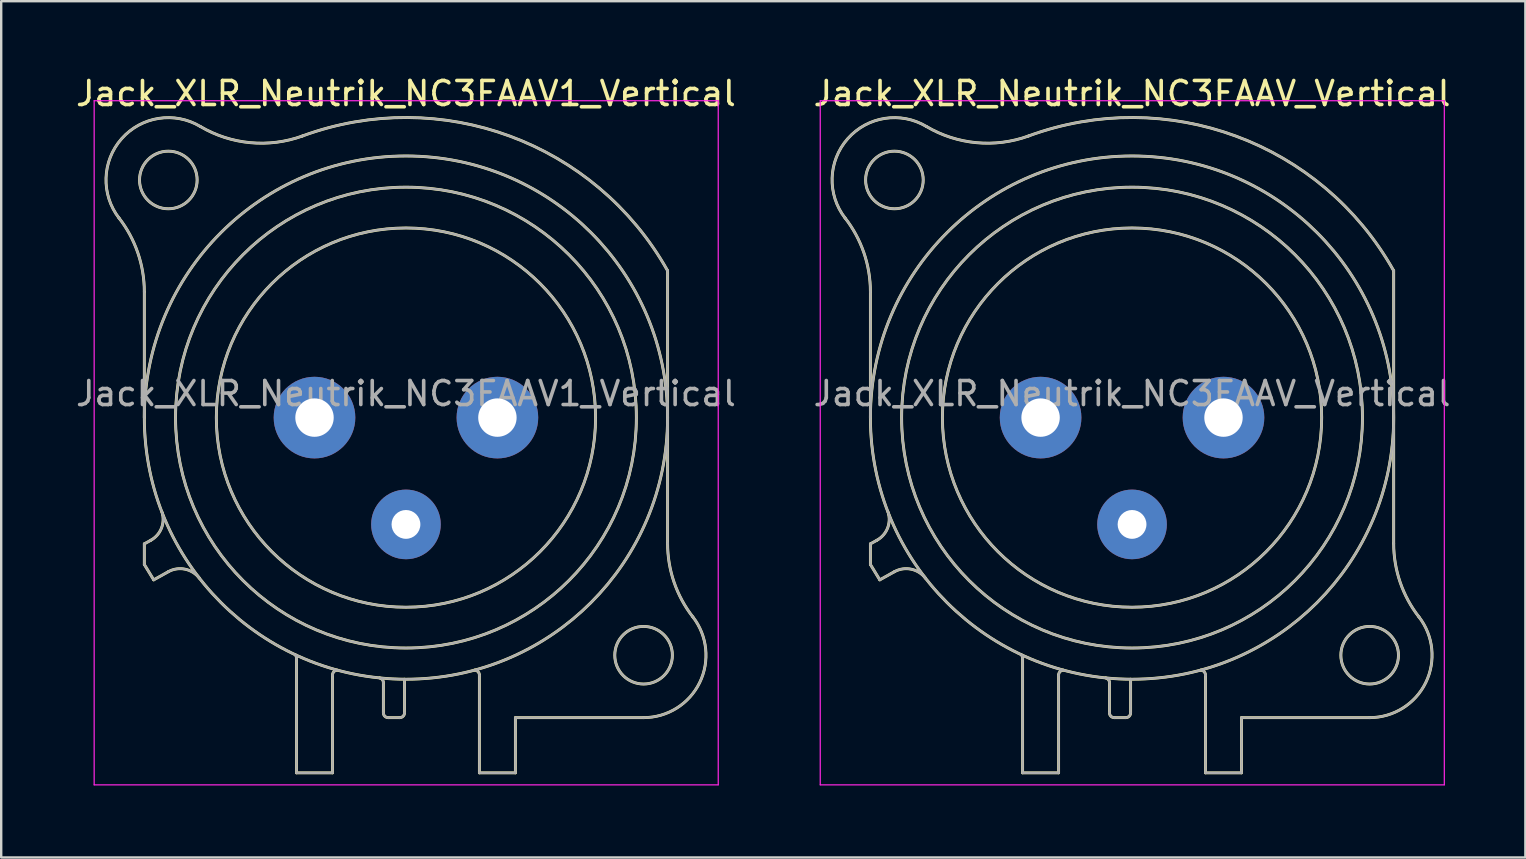
<source format=kicad_pcb>
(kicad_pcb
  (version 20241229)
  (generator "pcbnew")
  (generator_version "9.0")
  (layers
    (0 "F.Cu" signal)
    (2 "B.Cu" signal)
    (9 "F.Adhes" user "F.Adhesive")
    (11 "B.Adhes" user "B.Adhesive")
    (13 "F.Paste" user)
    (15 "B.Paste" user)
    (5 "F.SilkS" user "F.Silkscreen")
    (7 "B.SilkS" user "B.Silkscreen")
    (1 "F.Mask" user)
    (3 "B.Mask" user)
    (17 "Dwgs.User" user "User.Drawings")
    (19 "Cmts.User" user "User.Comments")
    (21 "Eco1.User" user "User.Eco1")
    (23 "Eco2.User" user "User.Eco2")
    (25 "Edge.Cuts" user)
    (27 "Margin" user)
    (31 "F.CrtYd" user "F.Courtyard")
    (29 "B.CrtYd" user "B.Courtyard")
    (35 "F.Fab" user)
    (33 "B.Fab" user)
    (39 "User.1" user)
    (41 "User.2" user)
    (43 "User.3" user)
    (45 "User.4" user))
  (footprint "Jack_XLR_Neutrik_NC3FAAV_Vertical"
    (layer "F.Cu")
    (at 47.923 14.348)
    (property "Reference" "Jack_XLR_Neutrik_NC3FAAV_Vertical" (at -3.81 -13.5 0) (layer "F.SilkS") (effects (font (size 1 1) (thickness 0.15))))
    (attr through_hole)
    (fp_line (start -14.71 0) (end -14.71 -5.24) (stroke (width 0.12) (type solid)) (layer "F.SilkS"))
    (fp_line (start -14.71 5.26) (end -14.44 5.11) (stroke (width 0.12) (type solid)) (layer "F.SilkS"))
    (fp_line (start -14.71 6.12) (end -14.71 5.26) (stroke (width 0.12) (type solid)) (layer "F.SilkS"))
    (fp_line (start -14.32 6.76) (end -14.71 6.12) (stroke (width 0.12) (type solid)) (layer "F.SilkS"))
    (fp_line (start -13.71 6.42) (end -14.32 6.76) (stroke (width 0.12) (type solid)) (layer "F.SilkS"))
    (fp_line (start -8.37 10.03) (end -8.37 14.8) (stroke (width 0.12) (type solid)) (layer "F.SilkS"))
    (fp_line (start -6.87 14.8) (end -8.37 14.8) (stroke (width 0.12) (type solid)) (layer "F.SilkS"))
    (fp_line (start -6.87 14.8) (end -6.87 10.73) (stroke (width 0.12) (type solid)) (layer "F.SilkS"))
    (fp_line (start -4.75 11.04) (end -4.75 12.3) (stroke (width 0.12) (type solid)) (layer "F.SilkS"))
    (fp_line (start -4.07 12.5) (end -4.55 12.5) (stroke (width 0.12) (type solid)) (layer "F.SilkS"))
    (fp_line (start -3.87 10.9) (end -3.87 12.3) (stroke (width 0.12) (type solid)) (layer "F.SilkS"))
    (fp_line (start -0.75 10.73) (end -0.75 10.73) (stroke (width 0.12) (type solid)) (layer "F.SilkS"))
    (fp_line (start -0.75 14.8) (end -0.75 10.73) (stroke (width 0.12) (type solid)) (layer "F.SilkS"))
    (fp_line (start 0.75 12.5) (end 6.09 12.5) (stroke (width 0.12) (type solid)) (layer "F.SilkS"))
    (fp_line (start 0.75 14.8) (end -0.75 14.8) (stroke (width 0.12) (type solid)) (layer "F.SilkS"))
    (fp_line (start 0.75 14.8) (end 0.75 12.5) (stroke (width 0.12) (type solid)) (layer "F.SilkS"))
    (fp_line (start 7.09 5.24) (end 7.09 -6.12) (stroke (width 0.12) (type solid)) (layer "F.SilkS"))
    (fp_arc (start -15.766689 -8.317569) (mid -14.98153 -6.866962) (end -14.71 -5.24) (stroke (width 0.12) (type solid)) (layer "F.SilkS"))
    (fp_arc (start -15.761979 -8.309032) (mid -15.65429 -11.620911) (end -12.38 -12.13) (stroke (width 0.12) (type solid)) (layer "F.SilkS"))
    (fp_arc (start -13.969214 3.951372) (mid -13.999461 4.614043) (end -14.44 5.11) (stroke (width 0.12) (type solid)) (layer "F.SilkS"))
    (fp_arc (start -13.71 6.42) (mid -13.01025 6.315915) (end -12.412202 6.693832) (stroke (width 0.12) (type solid)) (layer "F.SilkS"))
    (fp_arc (start -8.436364 9.870864) (mid -8.385177 9.942924) (end -8.37 10.03) (stroke (width 0.12) (type solid)) (layer "F.SilkS"))
    (fp_arc (start -8.12905 -11.730738) (mid 0.51404 -11.7289) (end 7.09 -6.12) (stroke (width 0.12) (type solid)) (layer "F.SilkS"))
    (fp_arc (start -8.118081 -11.733841) (mid -10.293498 -11.453642) (end -12.38 -12.13) (stroke (width 0.12) (type solid)) (layer "F.SilkS"))
    (fp_arc (start -6.87 10.73) (mid -6.814828 10.588126) (end -6.678303 10.520799) (stroke (width 0.12) (type solid)) (layer "F.SilkS"))
    (fp_arc (start -4.908418 10.84437) (mid -4.794571 10.914136) (end -4.75 11.04) (stroke (width 0.12) (type solid)) (layer "F.SilkS"))
    (fp_arc (start -4.55 12.5) (mid -4.691421 12.441421) (end -4.75 12.3) (stroke (width 0.12) (type solid)) (layer "F.SilkS"))
    (fp_arc (start -3.87 12.3) (mid -3.928579 12.441421) (end -4.07 12.5) (stroke (width 0.12) (type solid)) (layer "F.SilkS"))
    (fp_arc (start -0.949009 10.520288) (mid -0.807671 10.585446) (end -0.75 10.73) (stroke (width 0.12) (type solid)) (layer "F.SilkS"))
    (fp_arc (start 8.141619 8.302858) (mid 8.42587 11.041804) (end 6.09 12.5) (stroke (width 0.12) (type solid)) (layer "F.SilkS"))
    (fp_arc (start 8.14247 8.305283) (mid 7.360446 6.860467) (end 7.09 5.24) (stroke (width 0.12) (type solid)) (layer "F.SilkS"))
    (fp_circle (center -13.71 -9.9) (end -12.51 -9.9) (stroke (width 0.12) (type solid)) (fill no) (layer "F.SilkS"))
    (fp_circle (center -3.81 0) (end 4.09 0) (stroke (width 0.12) (type solid)) (fill no) (layer "F.SilkS"))
    (fp_circle (center -3.81 0) (end 5.79 0) (stroke (width 0.12) (type solid)) (fill no) (layer "F.SilkS"))
    (fp_circle (center -3.81 0) (end 7.09 0) (stroke (width 0.12) (type solid)) (fill no) (layer "F.SilkS"))
    (fp_circle (center 6.09 9.9) (end 7.29 9.9) (stroke (width 0.12) (type solid)) (fill no) (layer "F.SilkS"))
    (fp_line (start -16.8 -13.2) (end 9.2 -13.2) (stroke (width 0.05) (type solid)) (layer "F.CrtYd"))
    (fp_line (start -16.8 15.3) (end -16.8 -13.2) (stroke (width 0.05) (type solid)) (layer "F.CrtYd"))
    (fp_line (start 9.2 -13.2) (end 9.2 15.3) (stroke (width 0.05) (type solid)) (layer "F.CrtYd"))
    (fp_line (start 9.2 15.3) (end -16.8 15.3) (stroke (width 0.05) (type solid)) (layer "F.CrtYd"))
    (fp_line (start -14.71 0) (end -14.71 -5.24) (stroke (width 0.1) (type solid)) (layer "F.Fab"))
    (fp_line (start -14.71 5.26) (end -14.44 5.11) (stroke (width 0.1) (type solid)) (layer "F.Fab"))
    (fp_line (start -14.71 6.12) (end -14.71 5.26) (stroke (width 0.1) (type solid)) (layer "F.Fab"))
    (fp_line (start -14.32 6.76) (end -14.71 6.12) (stroke (width 0.1) (type solid)) (layer "F.Fab"))
    (fp_line (start -13.71 6.42) (end -14.32 6.76) (stroke (width 0.1) (type solid)) (layer "F.Fab"))
    (fp_line (start -8.37 10.03) (end -8.37 14.8) (stroke (width 0.1) (type solid)) (layer "F.Fab"))
    (fp_line (start -6.87 14.8) (end -8.37 14.8) (stroke (width 0.1) (type solid)) (layer "F.Fab"))
    (fp_line (start -6.87 14.8) (end -6.87 10.73) (stroke (width 0.1) (type solid)) (layer "F.Fab"))
    (fp_line (start -4.75 11.04) (end -4.75 12.3) (stroke (width 0.1) (type solid)) (layer "F.Fab"))
    (fp_line (start -4.07 12.5) (end -4.55 12.5) (stroke (width 0.1) (type solid)) (layer "F.Fab"))
    (fp_line (start -3.87 10.9) (end -3.87 12.3) (stroke (width 0.1) (type solid)) (layer "F.Fab"))
    (fp_line (start -0.75 10.73) (end -0.75 10.73) (stroke (width 0.1) (type solid)) (layer "F.Fab"))
    (fp_line (start -0.75 14.8) (end -0.75 10.73) (stroke (width 0.1) (type solid)) (layer "F.Fab"))
    (fp_line (start 0.75 12.5) (end 6.09 12.5) (stroke (width 0.1) (type solid)) (layer "F.Fab"))
    (fp_line (start 0.75 14.8) (end -0.75 14.8) (stroke (width 0.1) (type solid)) (layer "F.Fab"))
    (fp_line (start 0.75 14.8) (end 0.75 12.5) (stroke (width 0.1) (type solid)) (layer "F.Fab"))
    (fp_line (start 7.09 5.24) (end 7.09 -6.12) (stroke (width 0.1) (type solid)) (layer "F.Fab"))
    (fp_arc (start -15.766689 -8.317569) (mid -14.98153 -6.866962) (end -14.71 -5.24) (stroke (width 0.1) (type solid)) (layer "F.Fab"))
    (fp_arc (start -15.761979 -8.309032) (mid -15.65429 -11.620911) (end -12.38 -12.13) (stroke (width 0.1) (type solid)) (layer "F.Fab"))
    (fp_arc (start -13.969214 3.951372) (mid -13.999461 4.614043) (end -14.44 5.11) (stroke (width 0.1) (type solid)) (layer "F.Fab"))
    (fp_arc (start -13.71 6.42) (mid -13.01025 6.315915) (end -12.412202 6.693832) (stroke (width 0.1) (type solid)) (layer "F.Fab"))
    (fp_arc (start -8.436364 9.870864) (mid -8.385177 9.942924) (end -8.37 10.03) (stroke (width 0.1) (type solid)) (layer "F.Fab"))
    (fp_arc (start -8.12905 -11.730738) (mid 0.51404 -11.7289) (end 7.09 -6.12) (stroke (width 0.1) (type solid)) (layer "F.Fab"))
    (fp_arc (start -8.118081 -11.733841) (mid -10.293498 -11.453642) (end -12.38 -12.13) (stroke (width 0.1) (type solid)) (layer "F.Fab"))
    (fp_arc (start -6.87 10.73) (mid -6.814828 10.588126) (end -6.678303 10.520799) (stroke (width 0.1) (type solid)) (layer "F.Fab"))
    (fp_arc (start -4.908418 10.84437) (mid -4.794571 10.914136) (end -4.75 11.04) (stroke (width 0.1) (type solid)) (layer "F.Fab"))
    (fp_arc (start -4.55 12.5) (mid -4.691421 12.441421) (end -4.75 12.3) (stroke (width 0.1) (type solid)) (layer "F.Fab"))
    (fp_arc (start -3.87 12.3) (mid -3.928579 12.441421) (end -4.07 12.5) (stroke (width 0.1) (type solid)) (layer "F.Fab"))
    (fp_arc (start -0.949009 10.520288) (mid -0.807671 10.585446) (end -0.75 10.73) (stroke (width 0.1) (type solid)) (layer "F.Fab"))
    (fp_arc (start 8.141619 8.302858) (mid 8.42587 11.041804) (end 6.09 12.5) (stroke (width 0.1) (type solid)) (layer "F.Fab"))
    (fp_arc (start 8.14247 8.305283) (mid 7.360446 6.860467) (end 7.09 5.24) (stroke (width 0.1) (type solid)) (layer "F.Fab"))
    (fp_circle (center -13.71 -9.9) (end -12.51 -9.9) (stroke (width 0.1) (type solid)) (fill no) (layer "F.Fab"))
    (fp_circle (center -3.81 0) (end 4.09 0) (stroke (width 0.1) (type solid)) (fill no) (layer "F.Fab"))
    (fp_circle (center -3.81 0) (end 5.79 0) (stroke (width 0.1) (type solid)) (fill no) (layer "F.Fab"))
    (fp_circle (center -3.81 0) (end 7.09 0) (stroke (width 0.1) (type solid)) (fill no) (layer "F.Fab"))
    (fp_circle (center 6.09 9.9) (end 7.29 9.9) (stroke (width 0.1) (type solid)) (fill no) (layer "F.Fab"))
    (fp_text user "${REFERENCE}" (at -3.81 -1 0) (layer "F.Fab") (effects (font (size 1 1) (thickness 0.15))))
    (pad "1" thru_hole circle (at 0 0) (size 3.4 3.4) (drill 1.6) (layers "*.Cu" "*.Mask"))
    (pad "2" thru_hole circle (at -7.62 0) (size 3.4 3.4) (drill 1.6) (layers "*.Cu" "*.Mask"))
    (pad "3" thru_hole circle (at -3.81 4.45) (size 2.9 2.9) (drill 1.2) (layers "*.Cu" "*.Mask")))
  (footprint "Jack_XLR_Neutrik_NC3FAAV1_Vertical"
    (layer "F.Cu")
    (at 17.673 14.348)
    (property "Reference" "Jack_XLR_Neutrik_NC3FAAV1_Vertical" (at -3.81 -13.5 0) (layer "F.SilkS") (effects (font (size 1 1) (thickness 0.15))))
    (attr through_hole)
    (fp_line (start -14.71 0) (end -14.71 -5.24) (stroke (width 0.12) (type solid)) (layer "F.SilkS"))
    (fp_line (start -14.71 5.26) (end -14.44 5.11) (stroke (width 0.12) (type solid)) (layer "F.SilkS"))
    (fp_line (start -14.71 6.12) (end -14.71 5.26) (stroke (width 0.12) (type solid)) (layer "F.SilkS"))
    (fp_line (start -14.32 6.76) (end -14.71 6.12) (stroke (width 0.12) (type solid)) (layer "F.SilkS"))
    (fp_line (start -13.71 6.42) (end -14.32 6.76) (stroke (width 0.12) (type solid)) (layer "F.SilkS"))
    (fp_line (start -8.37 10.03) (end -8.37 14.8) (stroke (width 0.12) (type solid)) (layer "F.SilkS"))
    (fp_line (start -6.87 14.8) (end -8.37 14.8) (stroke (width 0.12) (type solid)) (layer "F.SilkS"))
    (fp_line (start -6.87 14.8) (end -6.87 10.73) (stroke (width 0.12) (type solid)) (layer "F.SilkS"))
    (fp_line (start -4.75 11.04) (end -4.75 12.3) (stroke (width 0.12) (type solid)) (layer "F.SilkS"))
    (fp_line (start -4.07 12.5) (end -4.55 12.5) (stroke (width 0.12) (type solid)) (layer "F.SilkS"))
    (fp_line (start -3.87 10.9) (end -3.87 12.3) (stroke (width 0.12) (type solid)) (layer "F.SilkS"))
    (fp_line (start -0.75 10.73) (end -0.75 10.73) (stroke (width 0.12) (type solid)) (layer "F.SilkS"))
    (fp_line (start -0.75 14.8) (end -0.75 10.73) (stroke (width 0.12) (type solid)) (layer "F.SilkS"))
    (fp_line (start 0.75 12.5) (end 6.09 12.5) (stroke (width 0.12) (type solid)) (layer "F.SilkS"))
    (fp_line (start 0.75 14.8) (end -0.75 14.8) (stroke (width 0.12) (type solid)) (layer "F.SilkS"))
    (fp_line (start 0.75 14.8) (end 0.75 12.5) (stroke (width 0.12) (type solid)) (layer "F.SilkS"))
    (fp_line (start 7.09 5.24) (end 7.09 -6.12) (stroke (width 0.12) (type solid)) (layer "F.SilkS"))
    (fp_arc (start -15.766689 -8.317569) (mid -14.98153 -6.866962) (end -14.71 -5.24) (stroke (width 0.12) (type solid)) (layer "F.SilkS"))
    (fp_arc (start -15.761979 -8.309032) (mid -15.65429 -11.620911) (end -12.38 -12.13) (stroke (width 0.12) (type solid)) (layer "F.SilkS"))
    (fp_arc (start -13.969214 3.951372) (mid -13.999461 4.614043) (end -14.44 5.11) (stroke (width 0.12) (type solid)) (layer "F.SilkS"))
    (fp_arc (start -13.71 6.42) (mid -13.01025 6.315915) (end -12.412202 6.693832) (stroke (width 0.12) (type solid)) (layer "F.SilkS"))
    (fp_arc (start -8.436364 9.870864) (mid -8.385177 9.942924) (end -8.37 10.03) (stroke (width 0.12) (type solid)) (layer "F.SilkS"))
    (fp_arc (start -8.12905 -11.730738) (mid 0.51404 -11.7289) (end 7.09 -6.12) (stroke (width 0.12) (type solid)) (layer "F.SilkS"))
    (fp_arc (start -8.118081 -11.733841) (mid -10.293498 -11.453642) (end -12.38 -12.13) (stroke (width 0.12) (type solid)) (layer "F.SilkS"))
    (fp_arc (start -6.87 10.73) (mid -6.814828 10.588126) (end -6.678303 10.520799) (stroke (width 0.12) (type solid)) (layer "F.SilkS"))
    (fp_arc (start -4.908418 10.84437) (mid -4.794571 10.914136) (end -4.75 11.04) (stroke (width 0.12) (type solid)) (layer "F.SilkS"))
    (fp_arc (start -4.55 12.5) (mid -4.691421 12.441421) (end -4.75 12.3) (stroke (width 0.12) (type solid)) (layer "F.SilkS"))
    (fp_arc (start -3.87 12.3) (mid -3.928579 12.441421) (end -4.07 12.5) (stroke (width 0.12) (type solid)) (layer "F.SilkS"))
    (fp_arc (start -0.949009 10.520288) (mid -0.807671 10.585446) (end -0.75 10.73) (stroke (width 0.12) (type solid)) (layer "F.SilkS"))
    (fp_arc (start 8.141619 8.302858) (mid 8.42587 11.041804) (end 6.09 12.5) (stroke (width 0.12) (type solid)) (layer "F.SilkS"))
    (fp_arc (start 8.14247 8.305283) (mid 7.360446 6.860467) (end 7.09 5.24) (stroke (width 0.12) (type solid)) (layer "F.SilkS"))
    (fp_circle (center -13.71 -9.9) (end -12.51 -9.9) (stroke (width 0.12) (type solid)) (fill no) (layer "F.SilkS"))
    (fp_circle (center -3.81 0) (end 4.09 0) (stroke (width 0.12) (type solid)) (fill no) (layer "F.SilkS"))
    (fp_circle (center -3.81 0) (end 5.79 0) (stroke (width 0.12) (type solid)) (fill no) (layer "F.SilkS"))
    (fp_circle (center -3.81 0) (end 7.09 0) (stroke (width 0.12) (type solid)) (fill no) (layer "F.SilkS"))
    (fp_circle (center 6.09 9.9) (end 7.29 9.9) (stroke (width 0.12) (type solid)) (fill no) (layer "F.SilkS"))
    (fp_line (start -16.8 -13.2) (end 9.2 -13.2) (stroke (width 0.05) (type solid)) (layer "F.CrtYd"))
    (fp_line (start -16.8 15.3) (end -16.8 -13.2) (stroke (width 0.05) (type solid)) (layer "F.CrtYd"))
    (fp_line (start 9.2 -13.2) (end 9.2 15.3) (stroke (width 0.05) (type solid)) (layer "F.CrtYd"))
    (fp_line (start 9.2 15.3) (end -16.8 15.3) (stroke (width 0.05) (type solid)) (layer "F.CrtYd"))
    (fp_line (start -14.71 0) (end -14.71 -5.24) (stroke (width 0.1) (type solid)) (layer "F.Fab"))
    (fp_line (start -14.71 5.26) (end -14.44 5.11) (stroke (width 0.1) (type solid)) (layer "F.Fab"))
    (fp_line (start -14.71 6.12) (end -14.71 5.26) (stroke (width 0.1) (type solid)) (layer "F.Fab"))
    (fp_line (start -14.32 6.76) (end -14.71 6.12) (stroke (width 0.1) (type solid)) (layer "F.Fab"))
    (fp_line (start -13.71 6.42) (end -14.32 6.76) (stroke (width 0.1) (type solid)) (layer "F.Fab"))
    (fp_line (start -8.37 10.03) (end -8.37 14.8) (stroke (width 0.1) (type solid)) (layer "F.Fab"))
    (fp_line (start -6.87 14.8) (end -8.37 14.8) (stroke (width 0.1) (type solid)) (layer "F.Fab"))
    (fp_line (start -6.87 14.8) (end -6.87 10.73) (stroke (width 0.1) (type solid)) (layer "F.Fab"))
    (fp_line (start -4.75 11.04) (end -4.75 12.3) (stroke (width 0.1) (type solid)) (layer "F.Fab"))
    (fp_line (start -4.07 12.5) (end -4.55 12.5) (stroke (width 0.1) (type solid)) (layer "F.Fab"))
    (fp_line (start -3.87 10.9) (end -3.87 12.3) (stroke (width 0.1) (type solid)) (layer "F.Fab"))
    (fp_line (start -0.75 10.73) (end -0.75 10.73) (stroke (width 0.1) (type solid)) (layer "F.Fab"))
    (fp_line (start -0.75 14.8) (end -0.75 10.73) (stroke (width 0.1) (type solid)) (layer "F.Fab"))
    (fp_line (start 0.75 12.5) (end 6.09 12.5) (stroke (width 0.1) (type solid)) (layer "F.Fab"))
    (fp_line (start 0.75 14.8) (end -0.75 14.8) (stroke (width 0.1) (type solid)) (layer "F.Fab"))
    (fp_line (start 0.75 14.8) (end 0.75 12.5) (stroke (width 0.1) (type solid)) (layer "F.Fab"))
    (fp_line (start 7.09 5.24) (end 7.09 -6.12) (stroke (width 0.1) (type solid)) (layer "F.Fab"))
    (fp_arc (start -15.766689 -8.317569) (mid -14.98153 -6.866962) (end -14.71 -5.24) (stroke (width 0.1) (type solid)) (layer "F.Fab"))
    (fp_arc (start -15.761979 -8.309032) (mid -15.65429 -11.620911) (end -12.38 -12.13) (stroke (width 0.1) (type solid)) (layer "F.Fab"))
    (fp_arc (start -13.969214 3.951372) (mid -13.999461 4.614043) (end -14.44 5.11) (stroke (width 0.1) (type solid)) (layer "F.Fab"))
    (fp_arc (start -13.71 6.42) (mid -13.01025 6.315915) (end -12.412202 6.693832) (stroke (width 0.1) (type solid)) (layer "F.Fab"))
    (fp_arc (start -8.436364 9.870864) (mid -8.385177 9.942924) (end -8.37 10.03) (stroke (width 0.1) (type solid)) (layer "F.Fab"))
    (fp_arc (start -8.12905 -11.730738) (mid 0.51404 -11.7289) (end 7.09 -6.12) (stroke (width 0.1) (type solid)) (layer "F.Fab"))
    (fp_arc (start -8.118081 -11.733841) (mid -10.293498 -11.453642) (end -12.38 -12.13) (stroke (width 0.1) (type solid)) (layer "F.Fab"))
    (fp_arc (start -6.87 10.73) (mid -6.814828 10.588126) (end -6.678303 10.520799) (stroke (width 0.1) (type solid)) (layer "F.Fab"))
    (fp_arc (start -4.908418 10.84437) (mid -4.794571 10.914136) (end -4.75 11.04) (stroke (width 0.1) (type solid)) (layer "F.Fab"))
    (fp_arc (start -4.55 12.5) (mid -4.691421 12.441421) (end -4.75 12.3) (stroke (width 0.1) (type solid)) (layer "F.Fab"))
    (fp_arc (start -3.87 12.3) (mid -3.928579 12.441421) (end -4.07 12.5) (stroke (width 0.1) (type solid)) (layer "F.Fab"))
    (fp_arc (start -0.949009 10.520288) (mid -0.807671 10.585446) (end -0.75 10.73) (stroke (width 0.1) (type solid)) (layer "F.Fab"))
    (fp_arc (start 8.141619 8.302858) (mid 8.42587 11.041804) (end 6.09 12.5) (stroke (width 0.1) (type solid)) (layer "F.Fab"))
    (fp_arc (start 8.14247 8.305283) (mid 7.360446 6.860467) (end 7.09 5.24) (stroke (width 0.1) (type solid)) (layer "F.Fab"))
    (fp_circle (center -13.71 -9.9) (end -12.51 -9.9) (stroke (width 0.1) (type solid)) (fill no) (layer "F.Fab"))
    (fp_circle (center -3.81 0) (end 4.09 0) (stroke (width 0.1) (type solid)) (fill no) (layer "F.Fab"))
    (fp_circle (center -3.81 0) (end 5.79 0) (stroke (width 0.1) (type solid)) (fill no) (layer "F.Fab"))
    (fp_circle (center -3.81 0) (end 7.09 0) (stroke (width 0.1) (type solid)) (fill no) (layer "F.Fab"))
    (fp_circle (center 6.09 9.9) (end 7.29 9.9) (stroke (width 0.1) (type solid)) (fill no) (layer "F.Fab"))
    (fp_text user "${REFERENCE}" (at -3.81 -1 0) (layer "F.Fab") (effects (font (size 1 1) (thickness 0.15))))
    (pad "1" thru_hole circle (at 0 0) (size 3.4 3.4) (drill 1.6) (layers "*.Cu" "*.Mask"))
    (pad "2" thru_hole circle (at -7.62 0) (size 3.4 3.4) (drill 1.6) (layers "*.Cu" "*.Mask"))
    (pad "3" thru_hole circle (at -3.81 4.45) (size 2.9 2.9) (drill 1.2) (layers "*.Cu" "*.Mask")))
  (gr_rect
    (start -3 -3)
    (end 60.5 32.673)
    (stroke (width 0.1) (type default))
    (fill no)
    (layer "Edge.Cuts")))
</source>
